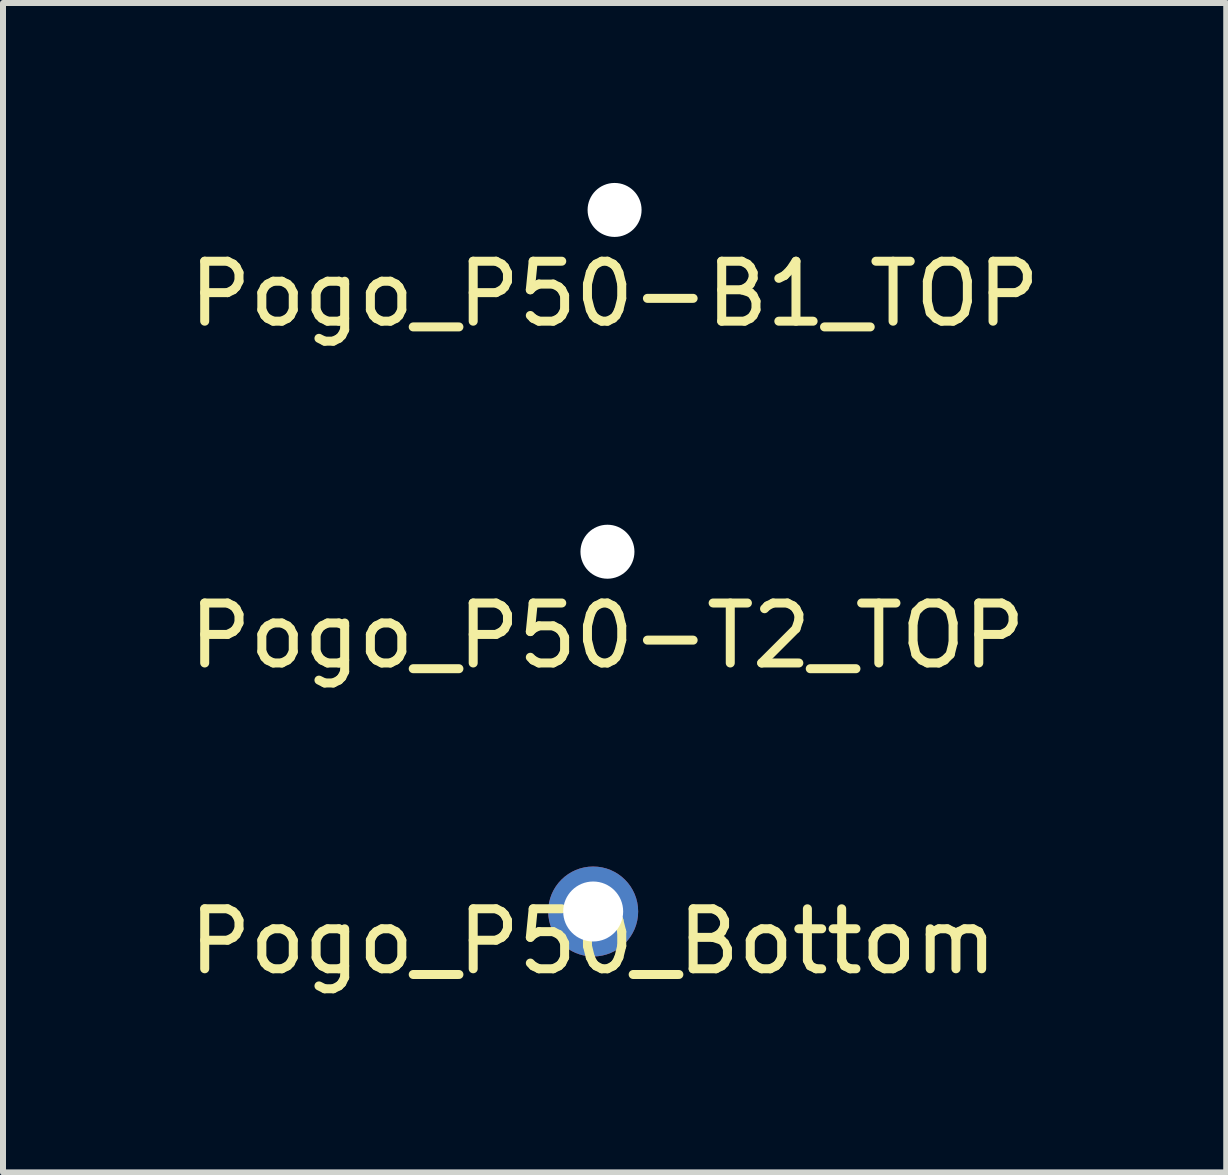
<source format=kicad_pcb>
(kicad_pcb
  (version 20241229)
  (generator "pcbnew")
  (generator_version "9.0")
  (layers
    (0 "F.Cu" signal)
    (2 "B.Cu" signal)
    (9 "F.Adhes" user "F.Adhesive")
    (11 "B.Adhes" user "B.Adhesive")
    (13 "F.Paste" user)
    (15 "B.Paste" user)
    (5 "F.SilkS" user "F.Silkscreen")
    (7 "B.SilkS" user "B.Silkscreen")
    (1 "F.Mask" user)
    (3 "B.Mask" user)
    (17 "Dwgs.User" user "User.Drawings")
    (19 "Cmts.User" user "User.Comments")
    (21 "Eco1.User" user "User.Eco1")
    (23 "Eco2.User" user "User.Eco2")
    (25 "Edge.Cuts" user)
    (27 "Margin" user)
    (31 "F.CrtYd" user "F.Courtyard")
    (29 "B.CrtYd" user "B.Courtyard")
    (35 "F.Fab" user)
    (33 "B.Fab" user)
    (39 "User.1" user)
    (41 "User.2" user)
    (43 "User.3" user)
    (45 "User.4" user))
  (footprint "Pogo_P50_Bottom"
    (layer "F.Cu")
    (at 6.839 12.146)
    (property "Reference" "Pogo_P50_Bottom" (at 0 0.5 0) (layer "F.SilkS") (effects (font (size 1 1) (thickness 0.15))))
    (attr through_hole)
    (pad "1" thru_hole circle (at 0 0) (size 1.5 1.5) (drill 1) (layers "*.Cu" "*.Mask")))
  (footprint "Pogo_P50-T2_TOP"
    (layer "F.Cu")
    (at 7.077 6.148)
    (property "Reference" "Pogo_P50-T2_TOP" (at 0 1.4 0) (layer "F.SilkS") (effects (font (size 1 1) (thickness 0.15))))
    (attr through_hole)
    (pad "" np_thru_hole circle (at 0 0) (size 0.9 0.9) (drill 0.9) (layers "*.Cu" "*.Mask")))
  (footprint "Pogo_P50-B1_TOP"
    (layer "F.Cu")
    (at 7.196 0.45)
    (property "Reference" "Pogo_P50-B1_TOP" (at 0 1.4 0) (layer "F.SilkS") (effects (font (size 1 1) (thickness 0.15))))
    (attr through_hole)
    (pad "" np_thru_hole circle (at 0 0) (size 0.9 0.9) (drill 0.9) (layers "*.Cu" "*.Mask")))
  (gr_rect
    (start -3 -3)
    (end 17.393 16.495)
    (stroke (width 0.1) (type default))
    (fill no)
    (layer "Edge.Cuts")))
</source>
